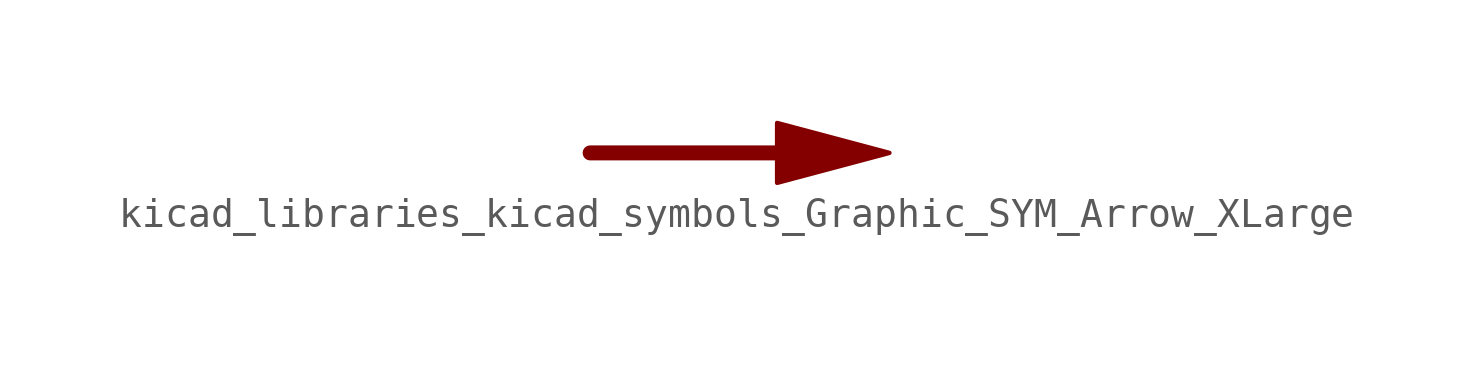
<source format=kicad_sym>
(kicad_symbol_lib
  (version 20220914)
  (generator kicad_symbol_editor)
  (symbol "kicad_libraries_kicad_symbols_Graphic_SYM_Arrow_XLarge"
    (property "Reference" "#SYM"
      (at 0 2.286 0)
      (effects (font (size 1.27 1.27)) hide))
    (symbol "kicad_libraries_kicad_symbols_Graphic_SYM_Arrow_XLarge_0_1"
      (polyline (pts (xy 2.54 0) (xy -5.08 0)) (stroke (width 0.508) (type default)) (fill (type none)))
      (polyline (pts (xy 5.08 0) (xy 1.27 -1.016) (xy 1.27 1.016) (xy 5.08 0)) (stroke (width 0) (type default)) (fill (type outline))))))
</source>
